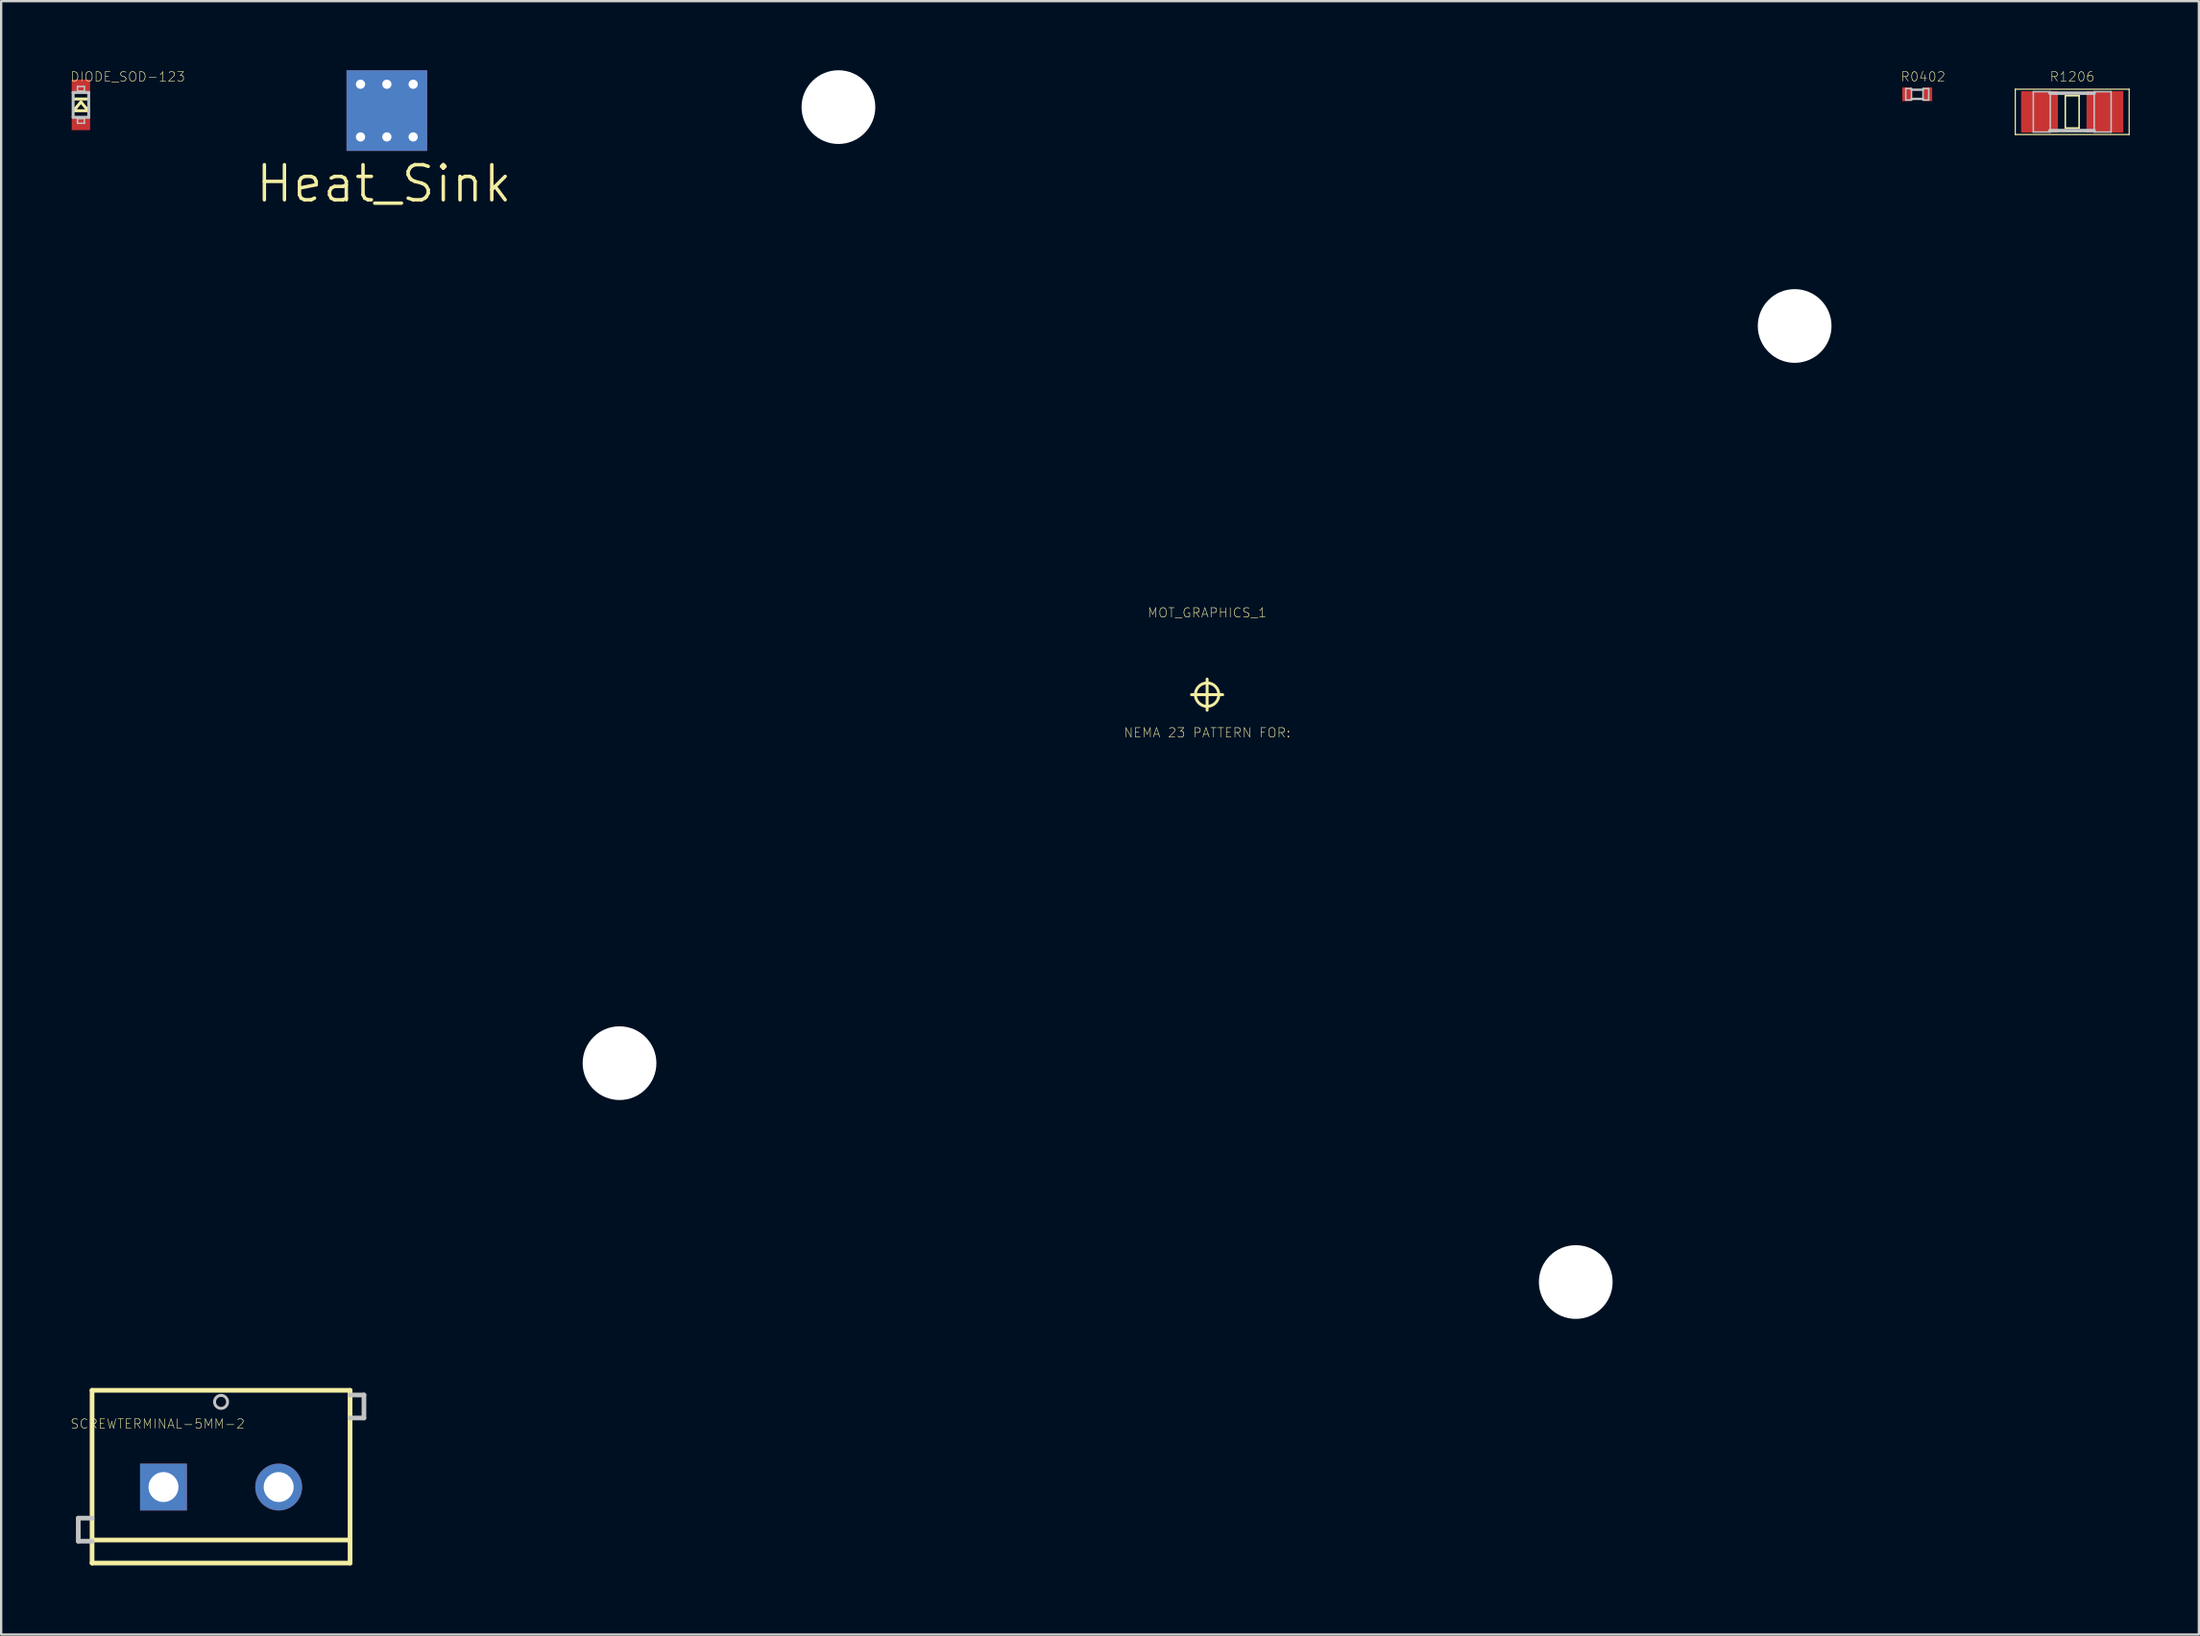
<source format=kicad_pcb>
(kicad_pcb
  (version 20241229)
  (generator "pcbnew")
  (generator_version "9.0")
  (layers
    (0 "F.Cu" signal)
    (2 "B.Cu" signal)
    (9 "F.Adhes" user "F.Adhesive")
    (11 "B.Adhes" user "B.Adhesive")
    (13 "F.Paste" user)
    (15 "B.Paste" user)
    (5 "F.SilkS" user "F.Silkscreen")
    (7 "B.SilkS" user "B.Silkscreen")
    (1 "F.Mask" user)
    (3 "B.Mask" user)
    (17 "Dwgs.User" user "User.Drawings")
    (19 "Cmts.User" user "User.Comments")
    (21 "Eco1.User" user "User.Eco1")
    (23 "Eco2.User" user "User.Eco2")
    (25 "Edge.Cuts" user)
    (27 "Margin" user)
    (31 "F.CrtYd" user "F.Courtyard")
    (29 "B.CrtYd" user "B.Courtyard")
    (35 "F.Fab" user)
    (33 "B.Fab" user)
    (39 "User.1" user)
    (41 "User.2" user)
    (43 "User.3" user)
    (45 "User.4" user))
  (footprint "R1206"
    (layer "F.Cu")
    (at 86.883 1.806)
    (property "Reference" "R1206" (at 0 -1.524 0) (layer "F.SilkS") (effects (font (size 0.406 0.406) (thickness 0.025))))
    (attr smd)
    (fp_line (start -2.471 -0.983) (end 2.471 -0.983) (stroke (width 0.051) (type solid)) (layer "F.SilkS"))
    (fp_line (start -2.471 0.983) (end -2.471 -0.983) (stroke (width 0.051) (type solid)) (layer "F.SilkS"))
    (fp_line (start -0.3 -0.699) (end 0.3 -0.699) (stroke (width 0.066) (type solid)) (layer "F.SilkS"))
    (fp_line (start -0.3 0.699) (end -0.3 -0.699) (stroke (width 0.066) (type solid)) (layer "F.SilkS"))
    (fp_line (start -0.3 0.699) (end 0.3 0.699) (stroke (width 0.066) (type solid)) (layer "F.SilkS"))
    (fp_line (start 0.3 0.699) (end 0.3 -0.699) (stroke (width 0.066) (type solid)) (layer "F.SilkS"))
    (fp_line (start 2.471 -0.983) (end 2.471 0.983) (stroke (width 0.051) (type solid)) (layer "F.SilkS"))
    (fp_line (start 2.471 0.983) (end -2.471 0.983) (stroke (width 0.051) (type solid)) (layer "F.SilkS"))
    (fp_line (start -1.689 -0.876) (end -0.953 -0.876) (stroke (width 0.066) (type solid)) (layer "Dwgs.User"))
    (fp_line (start -1.689 0.876) (end -1.689 -0.876) (stroke (width 0.066) (type solid)) (layer "Dwgs.User"))
    (fp_line (start -1.689 0.876) (end -0.953 0.876) (stroke (width 0.066) (type solid)) (layer "Dwgs.User"))
    (fp_line (start -0.953 0.876) (end -0.953 -0.876) (stroke (width 0.066) (type solid)) (layer "Dwgs.User"))
    (fp_line (start 0.953 -0.876) (end 1.689 -0.876) (stroke (width 0.066) (type solid)) (layer "Dwgs.User"))
    (fp_line (start 0.953 -0.813) (end -0.965 -0.813) (stroke (width 0.152) (type solid)) (layer "Dwgs.User"))
    (fp_line (start 0.953 0.813) (end -0.965 0.813) (stroke (width 0.152) (type solid)) (layer "Dwgs.User"))
    (fp_line (start 0.953 0.876) (end 0.953 -0.876) (stroke (width 0.066) (type solid)) (layer "Dwgs.User"))
    (fp_line (start 0.953 0.876) (end 1.689 0.876) (stroke (width 0.066) (type solid)) (layer "Dwgs.User"))
    (fp_line (start 1.689 0.876) (end 1.689 -0.876) (stroke (width 0.066) (type solid)) (layer "Dwgs.User"))
    (pad "1" smd rect (at -1.42 0) (size 1.598 1.801) (layers "F.Cu" "F.Mask" "F.Paste"))
    (pad "2" smd rect (at 1.42 0) (size 1.598 1.801) (layers "F.Cu" "F.Mask" "F.Paste")))
  (footprint "MOT_GRAPHICS_1"
    (layer "F.Cu")
    (at 49.338 27.104)
    (property "Reference" "MOT_GRAPHICS_1" (at 0 -3.556 0) (layer "F.SilkS") (effects (font (size 0.406 0.406) (thickness 0.025))))
    (attr through_hole)
    (fp_line (start 0 0) (end -0.676 0) (stroke (width 0.127) (type solid)) (layer "F.SilkS"))
    (fp_line (start 0 0) (end 0 -0.676) (stroke (width 0.127) (type solid)) (layer "F.SilkS"))
    (fp_line (start 0 0) (end 0 0.676) (stroke (width 0.127) (type solid)) (layer "F.SilkS"))
    (fp_line (start 0 0) (end 0.676 0) (stroke (width 0.127) (type solid)) (layer "F.SilkS"))
    (fp_circle (center 0 0) (end 0.508 0) (stroke (width 0.127) (type solid)) (fill no) (layer "F.SilkS"))
    (fp_text user "NEMA 23 PATTERN FOR:" (at 0 1.651 0) (layer "F.SilkS") (effects (font (size 0.406 0.406) (thickness 0.025))))
    (pad "" np_thru_hole circle (at -25.501 15.996) (size 3.2 3.2) (drill 3.2) (layers "*.Cu"))
    (pad "" np_thru_hole circle (at -16.001 -25.504) (size 3.2 3.2) (drill 3.2) (layers "*.Cu"))
    (pad "" np_thru_hole circle (at 15.999 25.496) (size 3.2 3.2) (drill 3.2) (layers "*.Cu"))
    (pad "" np_thru_hole circle (at 25.499 -16.004) (size 3.2 3.2) (drill 3.2) (layers "*.Cu")))
  (footprint "SCREWTERMINAL-5MM-2"
    (layer "F.Cu")
    (at 4.045 61.5)
    (property "Reference" "SCREWTERMINAL-5MM-2" (at -0.254 -2.743 0) (layer "F.SilkS") (effects (font (size 0.406 0.406) (thickness 0.025))))
    (attr exclude_from_pos_files exclude_from_bom)
    (fp_line (start -3.099 -4.199) (end 8.098 -4.199) (stroke (width 0.203) (type solid)) (layer "F.SilkS"))
    (fp_line (start -3.099 2.299) (end -3.099 -4.199) (stroke (width 0.203) (type solid)) (layer "F.SilkS"))
    (fp_line (start -3.099 3.299) (end -3.099 2.299) (stroke (width 0.203) (type solid)) (layer "F.SilkS"))
    (fp_line (start 8.098 -4.199) (end 8.098 2.299) (stroke (width 0.203) (type solid)) (layer "F.SilkS"))
    (fp_line (start 8.098 2.299) (end -3.099 2.299) (stroke (width 0.203) (type solid)) (layer "F.SilkS"))
    (fp_line (start 8.098 2.299) (end 8.098 3.299) (stroke (width 0.203) (type solid)) (layer "F.SilkS"))
    (fp_line (start 8.098 3.299) (end -3.099 3.299) (stroke (width 0.203) (type solid)) (layer "F.SilkS"))
    (fp_line (start -3.698 1.349) (end -3.698 2.349) (stroke (width 0.203) (type solid)) (layer "Dwgs.User"))
    (fp_line (start -3.698 2.349) (end -3.099 2.349) (stroke (width 0.203) (type solid)) (layer "Dwgs.User"))
    (fp_line (start -3.099 1.349) (end -3.698 1.349) (stroke (width 0.203) (type solid)) (layer "Dwgs.User"))
    (fp_line (start 8.098 -3.998) (end 8.7 -3.998) (stroke (width 0.203) (type solid)) (layer "Dwgs.User"))
    (fp_line (start 8.7 -3.998) (end 8.7 -3) (stroke (width 0.203) (type solid)) (layer "Dwgs.User"))
    (fp_line (start 8.7 -3) (end 8.098 -3) (stroke (width 0.203) (type solid)) (layer "Dwgs.User"))
    (fp_circle (center 2.499 -3.698) (end 2.499 -3.98) (stroke (width 0.127) (type solid)) (fill no) (layer "Dwgs.User"))
    (pad "1" thru_hole rect (at 0 0) (size 2.032 2.032) (drill 1.298) (layers "*.Cu" "*.Paste" "*.Mask"))
    (pad "2" thru_hole circle (at 4.999 0) (size 2.032 2.032) (drill 1.298) (layers "*.Cu" "*.Paste" "*.Mask")))
  (footprint "R0402"
    (layer "F.Cu")
    (at 80.157 1.044)
    (property "Reference" "R0402" (at 0.254 -0.762 0) (layer "F.SilkS") (effects (font (size 0.406 0.406) (thickness 0.025))))
    (attr smd)
    (fp_line (start -0.498 -0.249) (end -0.249 -0.249) (stroke (width 0.066) (type solid)) (layer "Dwgs.User"))
    (fp_line (start -0.498 0.249) (end -0.498 -0.249) (stroke (width 0.066) (type solid)) (layer "Dwgs.User"))
    (fp_line (start -0.498 0.249) (end -0.249 0.249) (stroke (width 0.066) (type solid)) (layer "Dwgs.User"))
    (fp_line (start -0.249 -0.198) (end 0.249 -0.198) (stroke (width 0.099) (type solid)) (layer "Dwgs.User"))
    (fp_line (start -0.249 0.249) (end -0.249 -0.249) (stroke (width 0.066) (type solid)) (layer "Dwgs.User"))
    (fp_line (start 0.249 -0.249) (end 0.498 -0.249) (stroke (width 0.066) (type solid)) (layer "Dwgs.User"))
    (fp_line (start 0.249 0.198) (end -0.249 0.198) (stroke (width 0.099) (type solid)) (layer "Dwgs.User"))
    (fp_line (start 0.249 0.249) (end 0.249 -0.249) (stroke (width 0.066) (type solid)) (layer "Dwgs.User"))
    (fp_line (start 0.249 0.249) (end 0.498 0.249) (stroke (width 0.066) (type solid)) (layer "Dwgs.User"))
    (fp_line (start 0.498 0.249) (end 0.498 -0.249) (stroke (width 0.066) (type solid)) (layer "Dwgs.User"))
    (pad "1" smd rect (at -0.45 0) (size 0.399 0.599) (layers "F.Cu" "F.Mask" "F.Paste"))
    (pad "2" smd rect (at 0.45 0) (size 0.399 0.599) (layers "F.Cu" "F.Mask" "F.Paste")))
  (footprint "Heat_Sink"
    (layer "F.Cu")
    (at 13.739 1.75)
    (property "Reference" "Heat_Sink" (at -0.127 3.175 0) (layer "F.SilkS") (effects (font (size 1.524 1.524) (thickness 0.15))))
    (attr exclude_from_pos_files exclude_from_bom)
    (pad "HS" connect rect (at 0 0) (size 3.5 3.5) (layers "*.Mask" "F.Cu"))
    (pad "HS" connect rect (at 0 0) (size 3.5 3.5) (layers "*.Mask" "B.Cu"))
    (pad "~" thru_hole circle (at -1.143 -1.143) (size 1 1) (drill 0.4) (layers "*.Cu" "*.Mask"))
    (pad "~" thru_hole circle (at -1.143 1.143) (size 1 1) (drill 0.4) (layers "*.Cu" "*.Mask"))
    (pad "~" thru_hole circle (at 0 -1.143) (size 1 1) (drill 0.4) (layers "*.Cu" "*.Mask"))
    (pad "~" thru_hole circle (at 0 1.143) (size 1 1) (drill 0.4) (layers "*.Cu" "*.Mask"))
    (pad "~" thru_hole circle (at 1.143 -1.143) (size 1 1) (drill 0.4) (layers "*.Cu" "*.Paste" "*.Mask"))
    (pad "~" thru_hole circle (at 1.143 1.143) (size 1 1) (drill 0.4) (layers "*.Cu" "*.Mask")))
  (footprint "DIODE_SOD-123"
    (layer "F.Cu")
    (at 0.462 1.502)
    (property "Reference" "DIODE_SOD-123" (at 2.032 -1.219 0) (layer "F.SilkS") (effects (font (size 0.406 0.406) (thickness 0.025))))
    (attr smd)
    (fp_line (start -0.318 -0.254) (end 0.318 -0.254) (stroke (width 0.127) (type solid)) (layer "F.SilkS"))
    (fp_line (start -0.318 0.254) (end 0.318 0.254) (stroke (width 0.127) (type solid)) (layer "F.SilkS"))
    (fp_line (start 0 -0.127) (end -0.318 0.254) (stroke (width 0.127) (type solid)) (layer "F.SilkS"))
    (fp_line (start 0.318 0.254) (end 0 -0.127) (stroke (width 0.127) (type solid)) (layer "F.SilkS"))
    (fp_line (start -0.338 -0.538) (end 0.338 -0.538) (stroke (width 0.127) (type solid)) (layer "Dwgs.User"))
    (fp_line (start -0.338 0.538) (end -0.338 -0.538) (stroke (width 0.127) (type solid)) (layer "Dwgs.User"))
    (fp_line (start -0.15 -0.798) (end 0.15 -0.798) (stroke (width 0.066) (type solid)) (layer "Dwgs.User"))
    (fp_line (start -0.15 -0.599) (end -0.15 -0.798) (stroke (width 0.066) (type solid)) (layer "Dwgs.User"))
    (fp_line (start -0.15 -0.599) (end 0.15 -0.599) (stroke (width 0.066) (type solid)) (layer "Dwgs.User"))
    (fp_line (start -0.15 0.599) (end 0.15 0.599) (stroke (width 0.066) (type solid)) (layer "Dwgs.User"))
    (fp_line (start -0.15 0.798) (end -0.15 0.599) (stroke (width 0.066) (type solid)) (layer "Dwgs.User"))
    (fp_line (start -0.15 0.798) (end 0.15 0.798) (stroke (width 0.066) (type solid)) (layer "Dwgs.User"))
    (fp_line (start 0.15 -0.599) (end 0.15 -0.798) (stroke (width 0.066) (type solid)) (layer "Dwgs.User"))
    (fp_line (start 0.15 0.798) (end 0.15 0.599) (stroke (width 0.066) (type solid)) (layer "Dwgs.User"))
    (fp_line (start 0.338 -0.538) (end 0.338 0.538) (stroke (width 0.127) (type solid)) (layer "Dwgs.User"))
    (fp_line (start 0.338 0.538) (end -0.338 0.538) (stroke (width 0.127) (type solid)) (layer "Dwgs.User"))
    (pad "A" smd rect (at 0 0.798) (size 0.798 0.599) (layers "F.Cu" "F.Mask" "F.Paste"))
    (pad "K" smd rect (at 0 -0.798) (size 0.798 0.599) (layers "F.Cu" "F.Mask" "F.Paste")))
  (gr_rect
    (start -3 -3)
    (end 92.38 67.901)
    (stroke (width 0.1) (type default))
    (fill no)
    (layer "Edge.Cuts")))
</source>
